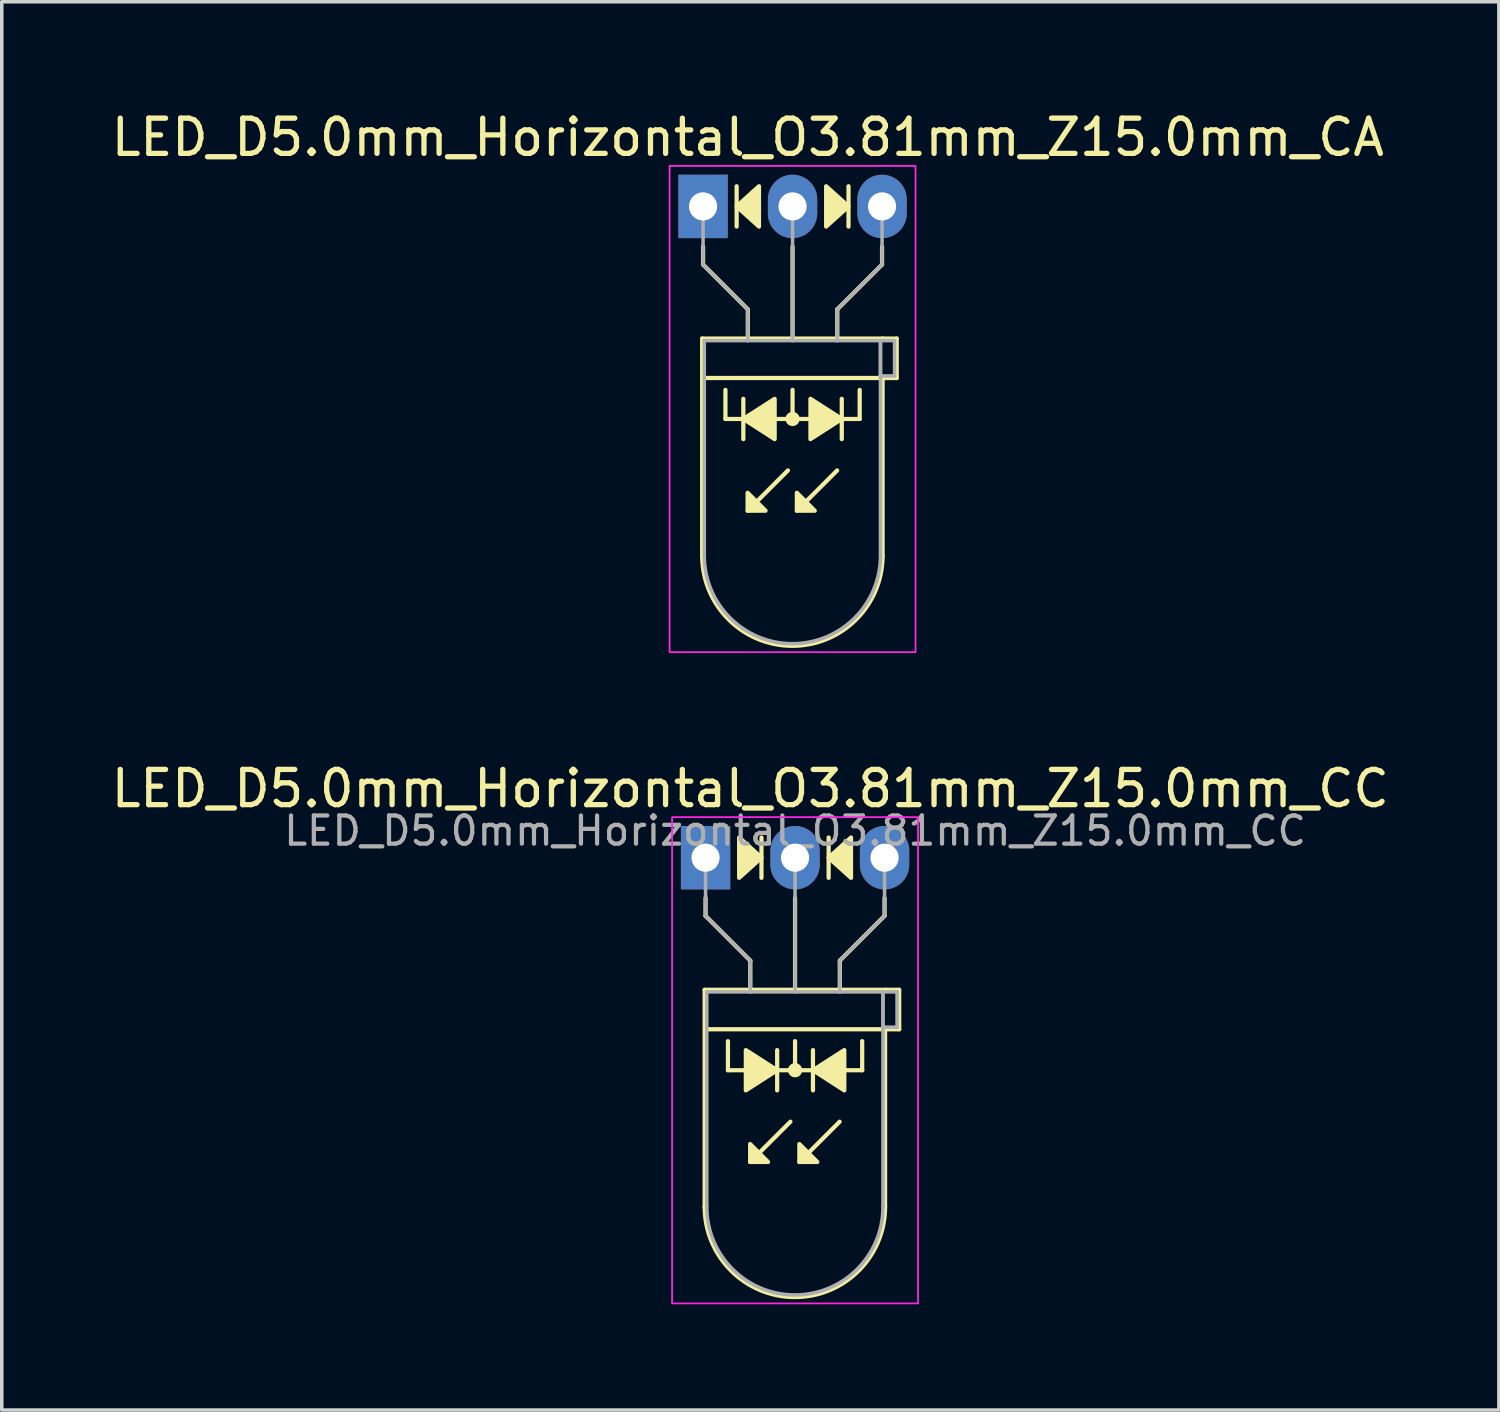
<source format=kicad_pcb>
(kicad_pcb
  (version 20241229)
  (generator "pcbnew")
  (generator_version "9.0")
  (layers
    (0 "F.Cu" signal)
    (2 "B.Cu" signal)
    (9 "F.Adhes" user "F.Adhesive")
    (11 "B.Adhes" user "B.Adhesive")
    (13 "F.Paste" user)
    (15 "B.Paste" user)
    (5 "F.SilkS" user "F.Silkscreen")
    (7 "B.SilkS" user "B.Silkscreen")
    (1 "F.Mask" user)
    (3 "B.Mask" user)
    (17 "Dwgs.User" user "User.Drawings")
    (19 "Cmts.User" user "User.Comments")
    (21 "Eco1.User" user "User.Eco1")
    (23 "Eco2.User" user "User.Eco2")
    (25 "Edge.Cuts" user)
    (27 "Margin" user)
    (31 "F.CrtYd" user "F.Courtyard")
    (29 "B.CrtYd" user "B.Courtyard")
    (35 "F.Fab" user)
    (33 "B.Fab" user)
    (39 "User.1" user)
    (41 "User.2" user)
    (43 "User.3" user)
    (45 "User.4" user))
  (footprint "LED_D5.0mm_Horizontal_O3.81mm_Z15.0mm_CC"
    (layer "F.Cu")
    (at 16.974 21.291)
    (property "Reference" "LED_D5.0mm_Horizontal_O3.81mm_Z15.0mm_CC" (at 1.27 -1.96 0) (layer "F.SilkS") (effects (font (size 1 1) (thickness 0.15))))
    (fp_line (start -0.025 3.75) (end -0.025 9.91) (stroke (width 0.12) (type solid)) (layer "F.SilkS"))
    (fp_line (start -0.025 3.75) (end 5.095 3.75) (stroke (width 0.12) (type solid)) (layer "F.SilkS"))
    (fp_line (start 0 1.143) (end 0 1.651) (stroke (width 0.12) (type default)) (layer "F.SilkS"))
    (fp_line (start 0 1.651) (end 1.27 2.921) (stroke (width 0.12) (type default)) (layer "F.SilkS"))
    (fp_line (start 0.635 6.032) (end 0.635 5.207) (stroke (width 0.12) (type default)) (layer "F.SilkS"))
    (fp_line (start 0.635 6.032) (end 4.445 6.032) (stroke (width 0.12) (type default)) (layer "F.SilkS"))
    (fp_line (start 1.265 3.75) (end 1.265 3.75) (stroke (width 0.12) (type solid)) (layer "F.SilkS"))
    (fp_line (start 1.27 2.921) (end 1.27 3.75) (stroke (width 0.12) (type default)) (layer "F.SilkS"))
    (fp_line (start 1.587 0.572) (end 1.587 -0.572) (stroke (width 0.12) (type solid)) (layer "F.SilkS"))
    (fp_line (start 2.032 6.604) (end 2.032 5.461) (stroke (width 0.12) (type solid)) (layer "F.SilkS"))
    (fp_line (start 2.408 7.493) (end 1.265 8.636) (stroke (width 0.12) (type solid)) (layer "F.SilkS"))
    (fp_line (start 2.54 3.75) (end 2.54 1.143) (stroke (width 0.12) (type default)) (layer "F.SilkS"))
    (fp_line (start 2.54 6.032) (end 2.54 5.207) (stroke (width 0.12) (type default)) (layer "F.SilkS"))
    (fp_line (start 3.048 5.461) (end 3.048 6.604) (stroke (width 0.12) (type solid)) (layer "F.SilkS"))
    (fp_line (start 3.493 -0.572) (end 3.493 0.572) (stroke (width 0.12) (type solid)) (layer "F.SilkS"))
    (fp_line (start 3.805 3.75) (end 3.805 3.75) (stroke (width 0.12) (type solid)) (layer "F.SilkS"))
    (fp_line (start 3.805 7.493) (end 2.662 8.636) (stroke (width 0.12) (type solid)) (layer "F.SilkS"))
    (fp_line (start 3.81 2.921) (end 3.81 3.75) (stroke (width 0.12) (type default)) (layer "F.SilkS"))
    (fp_line (start 4.445 6.032) (end 4.445 5.207) (stroke (width 0.12) (type default)) (layer "F.SilkS"))
    (fp_line (start 5.08 1.143) (end 5.08 1.651) (stroke (width 0.12) (type default)) (layer "F.SilkS"))
    (fp_line (start 5.08 1.651) (end 3.81 2.921) (stroke (width 0.12) (type default)) (layer "F.SilkS"))
    (fp_line (start 5.095 3.75) (end 5.495 3.75) (stroke (width 0.12) (type solid)) (layer "F.SilkS"))
    (fp_line (start 5.095 4.87) (end 5.095 9.91) (stroke (width 0.12) (type solid)) (layer "F.SilkS"))
    (fp_line (start 5.495 3.75) (end 5.495 4.87) (stroke (width 0.12) (type solid)) (layer "F.SilkS"))
    (fp_line (start 5.495 4.87) (end -0.005 4.87) (stroke (width 0.12) (type solid)) (layer "F.SilkS"))
    (fp_arc (start 5.095 9.91) (mid 2.535 12.47) (end -0.025 9.91) (stroke (width 0.12) (type solid)) (layer "F.SilkS"))
    (fp_circle (center 2.54 6.032) (end 2.682 6.032) (stroke (width 0.12) (type solid)) (fill yes) (layer "F.SilkS"))
    (fp_poly (pts (xy 0.953 -0.572) (xy 1.587 0) (xy 0.953 0.572)) (stroke (width 0.12) (type solid)) (fill yes) (layer "F.SilkS"))
    (fp_poly (pts (xy 1.143 5.461) (xy 2.032 6.032) (xy 1.143 6.604)) (stroke (width 0.12) (type solid)) (fill yes) (layer "F.SilkS"))
    (fp_poly (pts (xy 1.265 8.128) (xy 1.773 8.636) (xy 1.265 8.636)) (stroke (width 0.12) (type solid)) (fill yes) (layer "F.SilkS"))
    (fp_poly (pts (xy 2.662 8.128) (xy 3.17 8.636) (xy 2.662 8.636)) (stroke (width 0.12) (type solid)) (fill yes) (layer "F.SilkS"))
    (fp_poly (pts (xy 3.937 6.604) (xy 3.048 6.032) (xy 3.937 5.461)) (stroke (width 0.12) (type solid)) (fill yes) (layer "F.SilkS"))
    (fp_poly (pts (xy 4.128 0.572) (xy 3.493 0) (xy 4.128 -0.572)) (stroke (width 0.12) (type solid)) (fill yes) (layer "F.SilkS"))
    (fp_rect (start -0.95 -1.15) (end 6.03 12.65) (stroke (width 0.05) (type default)) (fill no) (layer "F.CrtYd"))
    (fp_line (start 0 0) (end 0 0) (stroke (width 0.1) (type solid)) (layer "F.Fab"))
    (fp_line (start 0 1.651) (end 0 0) (stroke (width 0.1) (type default)) (layer "F.Fab"))
    (fp_line (start 0.035 3.81) (end 0.035 9.91) (stroke (width 0.1) (type solid)) (layer "F.Fab"))
    (fp_line (start 0.035 3.81) (end 5.035 3.81) (stroke (width 0.1) (type solid)) (layer "F.Fab"))
    (fp_line (start 1.265 3.81) (end 1.265 3.81) (stroke (width 0.1) (type solid)) (layer "F.Fab"))
    (fp_line (start 1.27 2.921) (end 0 1.651) (stroke (width 0.1) (type default)) (layer "F.Fab"))
    (fp_line (start 1.27 2.921) (end 1.27 3.81) (stroke (width 0.1) (type default)) (layer "F.Fab"))
    (fp_line (start 2.54 0) (end 2.54 0) (stroke (width 0.1) (type solid)) (layer "F.Fab"))
    (fp_line (start 2.54 0) (end 2.54 3.81) (stroke (width 0.1) (type default)) (layer "F.Fab"))
    (fp_line (start 3.805 3.81) (end 3.805 3.81) (stroke (width 0.1) (type solid)) (layer "F.Fab"))
    (fp_line (start 3.81 2.921) (end 3.81 3.81) (stroke (width 0.1) (type default)) (layer "F.Fab"))
    (fp_line (start 3.81 2.921) (end 5.08 1.651) (stroke (width 0.1) (type default)) (layer "F.Fab"))
    (fp_line (start 5.035 3.81) (end 5.035 9.91) (stroke (width 0.1) (type solid)) (layer "F.Fab"))
    (fp_line (start 5.035 3.81) (end 5.435 3.81) (stroke (width 0.1) (type solid)) (layer "F.Fab"))
    (fp_line (start 5.035 4.81) (end 5.035 3.81) (stroke (width 0.1) (type solid)) (layer "F.Fab"))
    (fp_line (start 5.08 1.651) (end 5.08 0) (stroke (width 0.1) (type default)) (layer "F.Fab"))
    (fp_line (start 5.435 3.81) (end 5.435 4.81) (stroke (width 0.1) (type solid)) (layer "F.Fab"))
    (fp_line (start 5.435 4.81) (end 5.035 4.81) (stroke (width 0.1) (type solid)) (layer "F.Fab"))
    (fp_arc (start 5.035 9.91) (mid 2.535 12.41) (end 0.035 9.91) (stroke (width 0.1) (type solid)) (layer "F.Fab"))
    (fp_text user "${REFERENCE}" (at 2.54 -0.762 0) (layer "F.Fab") (effects (font (size 0.8 0.8) (thickness 0.12))))
    (pad "1" thru_hole rect (at 0 0) (size 1.4 1.8) (drill 0.8) (layers "*.Cu" "*.Mask"))
    (pad "2" thru_hole oval (at 2.54 0) (size 1.4 1.8) (drill 0.8) (layers "*.Cu" "*.Mask"))
    (pad "3" thru_hole oval (at 5.08 0) (size 1.4 1.8) (drill 0.8) (layers "*.Cu" "*.Mask")))
  (footprint "LED_D5.0mm_Horizontal_O3.81mm_Z15.0mm_CA"
    (layer "F.Cu")
    (at 16.903 2.808)
    (property "Reference" "LED_D5.0mm_Horizontal_O3.81mm_Z15.0mm_CA" (at 1.27 -1.96 0) (layer "F.SilkS") (effects (font (size 1 1) (thickness 0.15))))
    (fp_line (start -0.025 3.75) (end -0.025 9.91) (stroke (width 0.12) (type solid)) (layer "F.SilkS"))
    (fp_line (start -0.025 3.75) (end 5.095 3.75) (stroke (width 0.12) (type solid)) (layer "F.SilkS"))
    (fp_line (start 0 1.143) (end 0 1.651) (stroke (width 0.12) (type default)) (layer "F.SilkS"))
    (fp_line (start 0 1.651) (end 1.27 2.921) (stroke (width 0.12) (type default)) (layer "F.SilkS"))
    (fp_line (start 0.635 6.032) (end 0.635 5.207) (stroke (width 0.12) (type default)) (layer "F.SilkS"))
    (fp_line (start 0.635 6.032) (end 4.445 6.032) (stroke (width 0.12) (type default)) (layer "F.SilkS"))
    (fp_line (start 0.953 -0.572) (end 0.953 0.572) (stroke (width 0.12) (type solid)) (layer "F.SilkS"))
    (fp_line (start 1.143 5.461) (end 1.143 6.604) (stroke (width 0.12) (type solid)) (layer "F.SilkS"))
    (fp_line (start 1.265 3.75) (end 1.265 3.75) (stroke (width 0.12) (type solid)) (layer "F.SilkS"))
    (fp_line (start 1.27 2.921) (end 1.27 3.75) (stroke (width 0.12) (type default)) (layer "F.SilkS"))
    (fp_line (start 2.408 7.493) (end 1.265 8.636) (stroke (width 0.12) (type solid)) (layer "F.SilkS"))
    (fp_line (start 2.54 3.75) (end 2.54 1.143) (stroke (width 0.12) (type default)) (layer "F.SilkS"))
    (fp_line (start 2.54 6.032) (end 2.54 5.207) (stroke (width 0.12) (type default)) (layer "F.SilkS"))
    (fp_line (start 3.805 3.75) (end 3.805 3.75) (stroke (width 0.12) (type solid)) (layer "F.SilkS"))
    (fp_line (start 3.805 7.493) (end 2.662 8.636) (stroke (width 0.12) (type solid)) (layer "F.SilkS"))
    (fp_line (start 3.81 2.921) (end 3.81 3.75) (stroke (width 0.12) (type default)) (layer "F.SilkS"))
    (fp_line (start 3.937 6.604) (end 3.937 5.461) (stroke (width 0.12) (type solid)) (layer "F.SilkS"))
    (fp_line (start 4.128 0.572) (end 4.128 -0.572) (stroke (width 0.12) (type solid)) (layer "F.SilkS"))
    (fp_line (start 4.445 6.032) (end 4.445 5.207) (stroke (width 0.12) (type default)) (layer "F.SilkS"))
    (fp_line (start 5.08 1.143) (end 5.08 1.651) (stroke (width 0.12) (type default)) (layer "F.SilkS"))
    (fp_line (start 5.08 1.651) (end 3.81 2.921) (stroke (width 0.12) (type default)) (layer "F.SilkS"))
    (fp_line (start 5.095 3.75) (end 5.495 3.75) (stroke (width 0.12) (type solid)) (layer "F.SilkS"))
    (fp_line (start 5.095 4.87) (end 5.095 9.91) (stroke (width 0.12) (type solid)) (layer "F.SilkS"))
    (fp_line (start 5.495 3.75) (end 5.495 4.87) (stroke (width 0.12) (type solid)) (layer "F.SilkS"))
    (fp_line (start 5.495 4.87) (end -0.005 4.87) (stroke (width 0.12) (type solid)) (layer "F.SilkS"))
    (fp_arc (start 5.095 9.91) (mid 2.535 12.47) (end -0.025 9.91) (stroke (width 0.12) (type solid)) (layer "F.SilkS"))
    (fp_circle (center 2.54 6.032) (end 2.682 6.032) (stroke (width 0.12) (type solid)) (fill yes) (layer "F.SilkS"))
    (fp_poly (pts (xy 1.265 8.128) (xy 1.773 8.636) (xy 1.265 8.636)) (stroke (width 0.12) (type solid)) (fill yes) (layer "F.SilkS"))
    (fp_poly (pts (xy 1.587 0.572) (xy 0.953 0) (xy 1.587 -0.572)) (stroke (width 0.12) (type solid)) (fill yes) (layer "F.SilkS"))
    (fp_poly (pts (xy 2.032 6.604) (xy 1.143 6.032) (xy 2.032 5.461)) (stroke (width 0.12) (type solid)) (fill yes) (layer "F.SilkS"))
    (fp_poly (pts (xy 2.662 8.128) (xy 3.17 8.636) (xy 2.662 8.636)) (stroke (width 0.12) (type solid)) (fill yes) (layer "F.SilkS"))
    (fp_poly (pts (xy 3.048 5.461) (xy 3.937 6.032) (xy 3.048 6.604)) (stroke (width 0.12) (type solid)) (fill yes) (layer "F.SilkS"))
    (fp_poly (pts (xy 3.493 -0.572) (xy 4.128 0) (xy 3.493 0.572)) (stroke (width 0.12) (type solid)) (fill yes) (layer "F.SilkS"))
    (fp_rect (start -0.95 -1.15) (end 6.03 12.65) (stroke (width 0.05) (type default)) (fill no) (layer "F.CrtYd"))
    (fp_line (start 0 0) (end 0 0) (stroke (width 0.1) (type solid)) (layer "F.Fab"))
    (fp_line (start 0 1.651) (end 0 0) (stroke (width 0.1) (type default)) (layer "F.Fab"))
    (fp_line (start 0.035 3.81) (end 0.035 9.91) (stroke (width 0.1) (type solid)) (layer "F.Fab"))
    (fp_line (start 0.035 3.81) (end 5.035 3.81) (stroke (width 0.1) (type solid)) (layer "F.Fab"))
    (fp_line (start 1.265 3.81) (end 1.265 3.81) (stroke (width 0.1) (type solid)) (layer "F.Fab"))
    (fp_line (start 1.27 2.921) (end 0 1.651) (stroke (width 0.1) (type default)) (layer "F.Fab"))
    (fp_line (start 1.27 2.921) (end 1.27 3.81) (stroke (width 0.1) (type default)) (layer "F.Fab"))
    (fp_line (start 2.54 0) (end 2.54 0) (stroke (width 0.1) (type solid)) (layer "F.Fab"))
    (fp_line (start 2.54 0) (end 2.54 3.81) (stroke (width 0.1) (type default)) (layer "F.Fab"))
    (fp_line (start 3.805 3.81) (end 3.805 3.81) (stroke (width 0.1) (type solid)) (layer "F.Fab"))
    (fp_line (start 3.81 2.921) (end 3.81 3.81) (stroke (width 0.1) (type default)) (layer "F.Fab"))
    (fp_line (start 3.81 2.921) (end 5.08 1.651) (stroke (width 0.1) (type default)) (layer "F.Fab"))
    (fp_line (start 5.035 3.81) (end 5.035 9.91) (stroke (width 0.1) (type solid)) (layer "F.Fab"))
    (fp_line (start 5.035 3.81) (end 5.435 3.81) (stroke (width 0.1) (type solid)) (layer "F.Fab"))
    (fp_line (start 5.035 4.81) (end 5.035 3.81) (stroke (width 0.1) (type solid)) (layer "F.Fab"))
    (fp_line (start 5.08 1.651) (end 5.08 0) (stroke (width 0.1) (type default)) (layer "F.Fab"))
    (fp_line (start 5.435 3.81) (end 5.435 4.81) (stroke (width 0.1) (type solid)) (layer "F.Fab"))
    (fp_line (start 5.435 4.81) (end 5.035 4.81) (stroke (width 0.1) (type solid)) (layer "F.Fab"))
    (fp_arc (start 5.035 9.91) (mid 2.535 12.41) (end 0.035 9.91) (stroke (width 0.1) (type solid)) (layer "F.Fab"))
    (pad "1" thru_hole rect (at 0 0) (size 1.4 1.8) (drill 0.8) (layers "*.Cu" "*.Mask"))
    (pad "2" thru_hole oval (at 2.54 0) (size 1.4 1.8) (drill 0.8) (layers "*.Cu" "*.Mask"))
    (pad "3" thru_hole oval (at 5.08 0) (size 1.4 1.8) (drill 0.8) (layers "*.Cu" "*.Mask")))
  (gr_rect
    (start -3 -3)
    (end 39.488 36.967)
    (stroke (width 0.1) (type default))
    (fill no)
    (layer "Edge.Cuts")))
</source>
